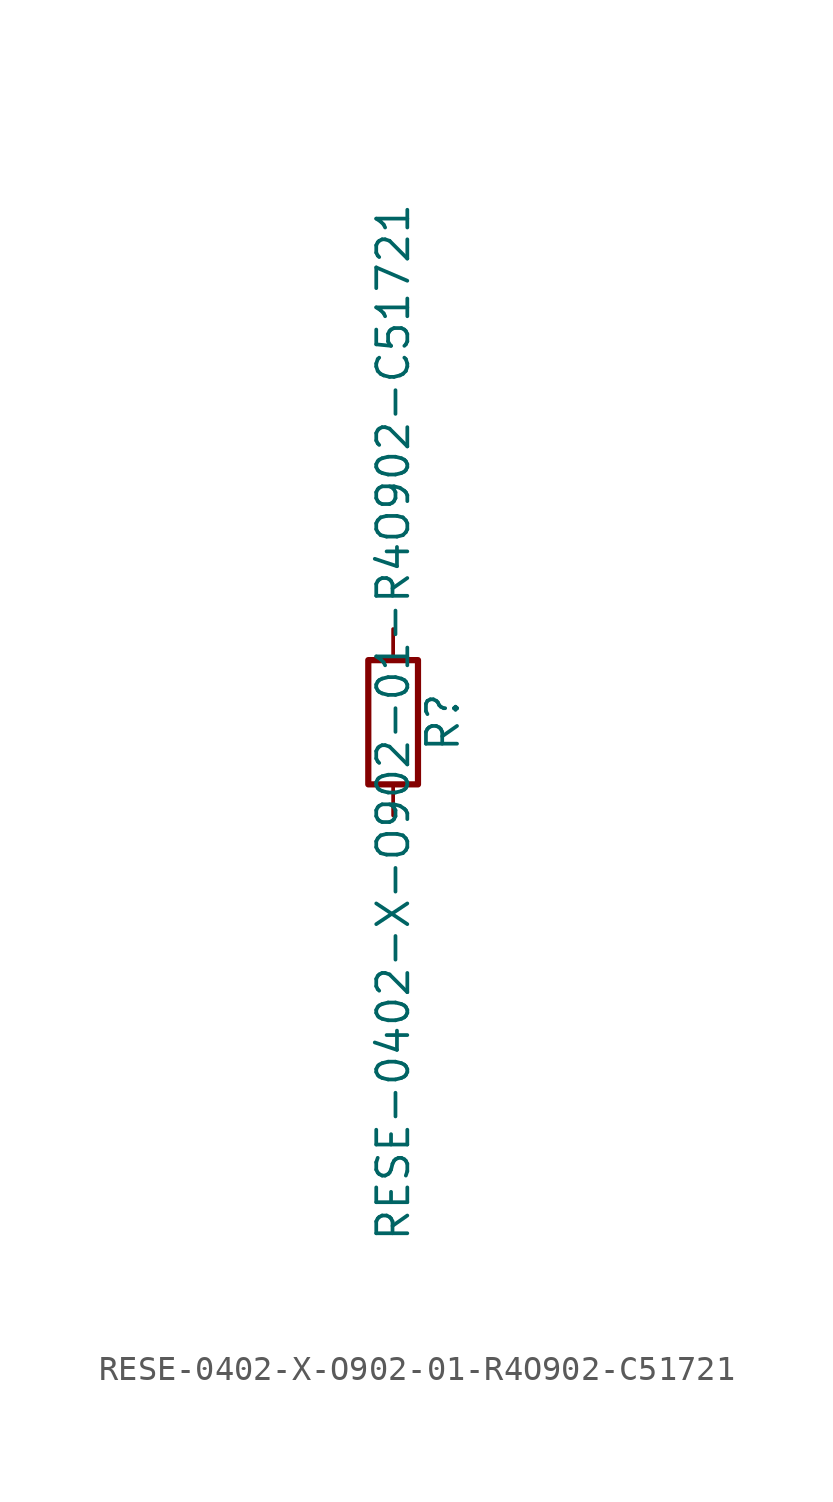
<source format=kicad_sym>
(kicad_symbol_lib
  (version 20211014)
  (generator kicad_symbol_editor)
  (symbol "RESE-0402-X-O902-01-R4O902-C51721"
    (pin_numbers hide)
    (pin_names
      (offset 0))
    (property "Reference" "R"
      (at 2.032 0 90)
      (effects (font (size 1.27 1.27))))
    (property "Value" "RESE-0402-X-O902-01-R4O902-C51721"
      (at 0 0 90)
      (effects (font (size 1.27 1.27))))
    (symbol "RESE-0402-X-O902-01-R4O902-C51721_0_1"
      (rectangle (start -1.016 -2.54) (end 1.016 2.54) (stroke (width 0.254) (type default) (color 0 0 0 0)) (fill (type none))))
    (symbol "RESE-0402-X-O902-01-R4O902-C51721_1_1"
      (pin passive line (at 0 3.81 270) (length 1.27) (name "~" (effects (font (size 1.27 1.27)))) (number "1" (effects (font (size 1.27 1.27)))))
      (pin passive line (at 0 -3.81 90) (length 1.27) (name "~" (effects (font (size 1.27 1.27)))) (number "2" (effects (font (size 1.27 1.27))))))))
</source>
